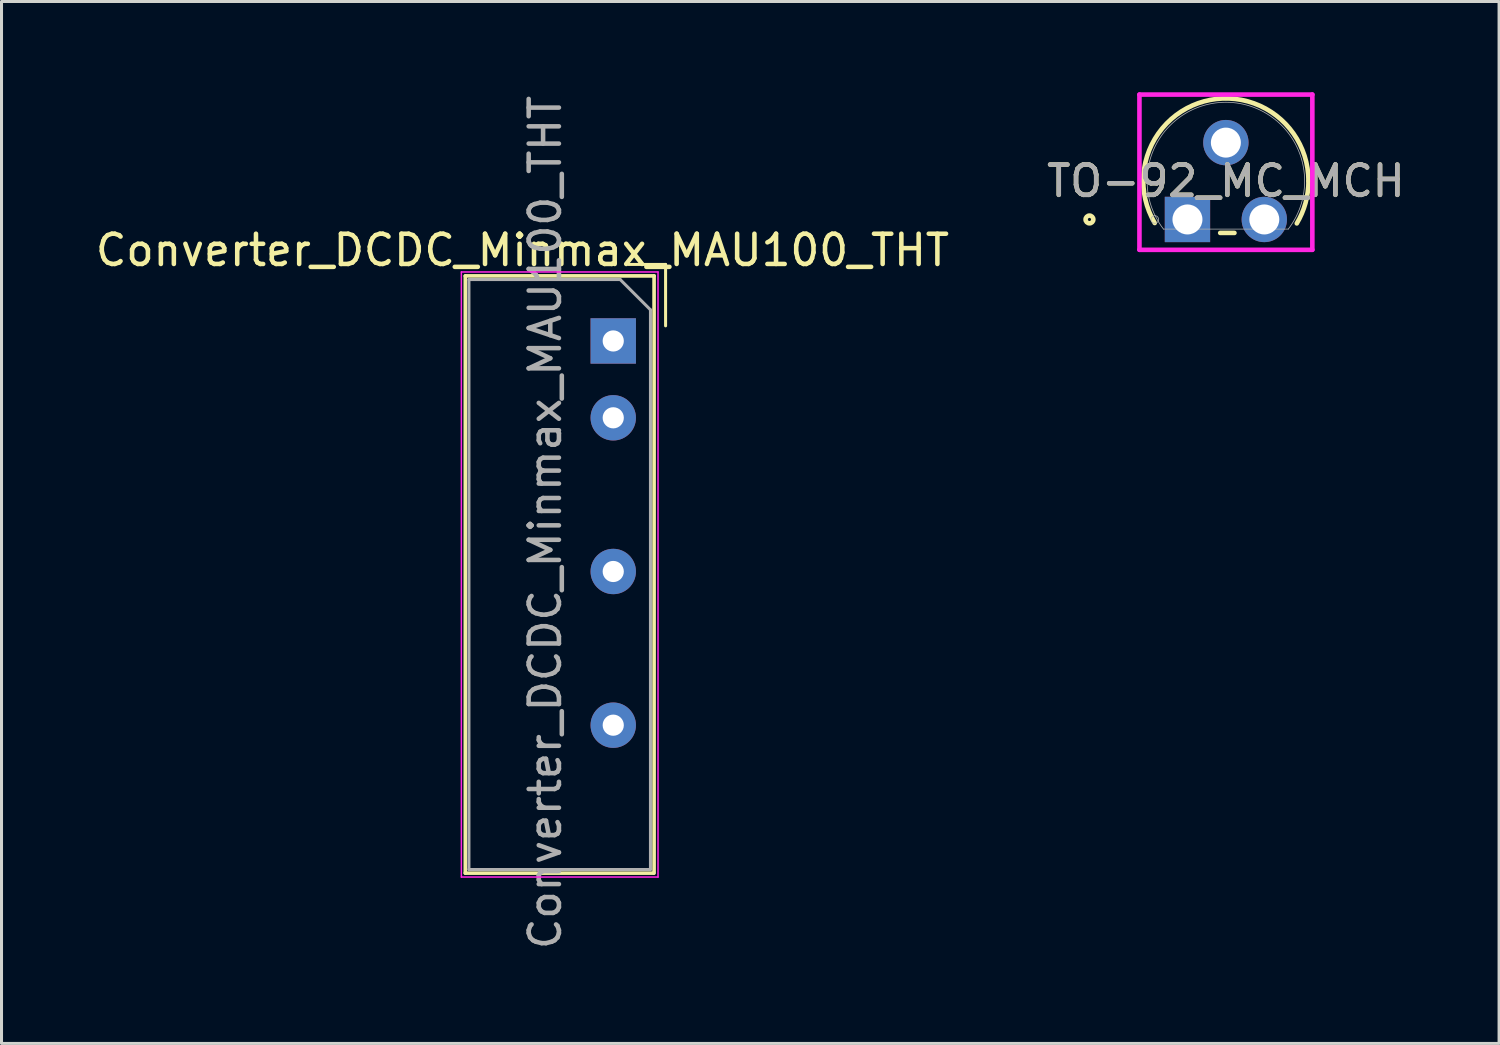
<source format=kicad_pcb>
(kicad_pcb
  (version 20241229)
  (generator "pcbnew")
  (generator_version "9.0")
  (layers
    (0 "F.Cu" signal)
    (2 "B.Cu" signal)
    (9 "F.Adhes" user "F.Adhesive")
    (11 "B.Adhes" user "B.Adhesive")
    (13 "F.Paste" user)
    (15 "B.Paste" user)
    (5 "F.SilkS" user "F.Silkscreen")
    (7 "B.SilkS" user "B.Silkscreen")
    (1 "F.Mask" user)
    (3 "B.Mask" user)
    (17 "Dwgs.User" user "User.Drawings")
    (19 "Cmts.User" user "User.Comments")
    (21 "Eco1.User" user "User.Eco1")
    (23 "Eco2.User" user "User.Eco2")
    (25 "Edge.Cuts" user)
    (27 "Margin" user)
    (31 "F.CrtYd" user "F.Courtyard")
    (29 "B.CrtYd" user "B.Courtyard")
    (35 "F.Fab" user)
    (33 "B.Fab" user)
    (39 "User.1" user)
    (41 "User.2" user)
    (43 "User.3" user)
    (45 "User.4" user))
  (footprint "Converter_DCDC_Minmax_MAU100_THT"
    (layer "F.Cu")
    (at 17.22 8.22)
    (property "Reference" "Converter_DCDC_Minmax_MAU100_THT" (at -3 -3 0) (layer "F.SilkS") (effects (font (size 1 1) (thickness 0.15))))
    (attr through_hole)
    (fp_line (start -4.89 -2.15) (end -4.89 17.59) (stroke (width 0.12) (type solid)) (layer "F.SilkS"))
    (fp_line (start -4.89 17.59) (end 1.33 17.59) (stroke (width 0.12) (type solid)) (layer "F.SilkS"))
    (fp_line (start 1.35 -2.15) (end -4.89 -2.15) (stroke (width 0.12) (type solid)) (layer "F.SilkS"))
    (fp_line (start 1.35 17.59) (end 1.35 -2.15) (stroke (width 0.12) (type solid)) (layer "F.SilkS"))
    (fp_line (start 1.73 -2.53) (end 0.5 -2.53) (stroke (width 0.1) (type solid)) (layer "F.SilkS"))
    (fp_line (start 1.73 -2.53) (end 1.73 -0.5) (stroke (width 0.1) (type solid)) (layer "F.SilkS"))
    (fp_line (start -5.02 -2.28) (end -5.02 17.72) (stroke (width 0.05) (type solid)) (layer "F.CrtYd"))
    (fp_line (start -5.02 17.72) (end 1.48 17.72) (stroke (width 0.05) (type solid)) (layer "F.CrtYd"))
    (fp_line (start 1.48 -2.28) (end -5.02 -2.28) (stroke (width 0.05) (type solid)) (layer "F.CrtYd"))
    (fp_line (start 1.48 17.72) (end 1.48 -2.28) (stroke (width 0.05) (type solid)) (layer "F.CrtYd"))
    (fp_line (start -4.77 -2.03) (end -4.77 17.47) (stroke (width 0.1) (type solid)) (layer "F.Fab"))
    (fp_line (start -4.77 17.47) (end 1.23 17.47) (stroke (width 0.1) (type solid)) (layer "F.Fab"))
    (fp_line (start 0.23 -2.03) (end -4.77 -2.03) (stroke (width 0.1) (type solid)) (layer "F.Fab"))
    (fp_line (start 0.23 -2.03) (end 1.23 -1.03) (stroke (width 0.1) (type solid)) (layer "F.Fab"))
    (fp_line (start 1.23 17.47) (end 1.23 -1.03) (stroke (width 0.1) (type solid)) (layer "F.Fab"))
    (fp_text user "${REFERENCE}" (at -2.25 6 90) (layer "F.Fab") (effects (font (size 1 1) (thickness 0.15))))
    (pad "1" thru_hole rect (at 0 0) (size 1.5 1.5) (drill 0.7) (layers "*.Cu" "*.Mask"))
    (pad "2" thru_hole oval (at 0 2.54) (size 1.5 1.5) (drill 0.7) (layers "*.Cu" "*.Mask"))
    (pad "4" thru_hole oval (at 0 7.62) (size 1.5 1.5) (drill 0.7) (layers "*.Cu" "*.Mask"))
    (pad "6" thru_hole oval (at 0 12.7) (size 1.5 1.5) (drill 0.7) (layers "*.Cu" "*.Mask")))
  (footprint "TO-92_MC_MCH"
    (layer "F.Cu")
    (at 36.2 4.204)
    (property "Reference" "TO-92_MC_MCH" (at 1.27 -1.27 0) (unlocked yes) (layer "F.SilkS") (effects (font (size 1 1) (thickness 0.15))))
    (attr through_hole)
    (fp_line (start 1.082 0.445) (end 1.553 0.445) (stroke (width 0.152) (type solid)) (layer "F.SilkS"))
    (fp_arc (start -1.08204 0.116917) (mid 0.551186 -3.904186) (end 4.0005 -1.27) (stroke (width 0.1524) (type solid)) (layer "F.SilkS"))
    (fp_arc (start 4.0005 -1.269999) (mid 3.90215 -0.543764) (end 3.614184 0.130155) (stroke (width 0.1524) (type solid)) (layer "F.SilkS"))
    (fp_circle (center -3.239 0) (end -3.111 0) (stroke (width 0.152) (type solid)) (fill no) (layer "F.SilkS"))
    (fp_line (start -1.587 -4.128) (end 4.128 -4.128) (stroke (width 0.152) (type solid)) (layer "F.CrtYd"))
    (fp_line (start -1.587 1.003) (end -1.587 -4.128) (stroke (width 0.152) (type solid)) (layer "F.CrtYd"))
    (fp_line (start 4.128 -4.128) (end 4.128 1.003) (stroke (width 0.152) (type solid)) (layer "F.CrtYd"))
    (fp_line (start 4.128 1.003) (end -1.587 1.003) (stroke (width 0.152) (type solid)) (layer "F.CrtYd"))
    (fp_line (start -0.794 0.318) (end 3.334 0.318) (stroke (width 0.025) (type solid)) (layer "F.Fab"))
    (fp_line (start -0.254 0) (end 0.254 0) (stroke (width 0.152) (type solid)) (layer "F.Fab"))
    (fp_line (start 0 0.254) (end 0 -0.254) (stroke (width 0.152) (type solid)) (layer "F.Fab"))
    (fp_arc (start -0.793507 0.317499) (mid 1.270001 -3.8735) (end 3.333506 0.3175) (stroke (width 0.0254) (type solid)) (layer "F.Fab"))
    (fp_circle (center -1.079 0) (end -0.953 0) (stroke (width 0.025) (type solid)) (fill no) (layer "F.Fab"))
    (fp_text user "${REFERENCE}" (at 1.27 -1.27 0) (unlocked yes) (layer "F.Fab") (effects (font (size 1 1) (thickness 0.15))))
    (pad "1" thru_hole rect (at 0 0) (size 1.499 1.499) (drill 0.991) (layers "*.Cu" "*.Mask"))
    (pad "2" thru_hole circle (at 1.27 -2.54) (size 1.499 1.499) (drill 0.991) (layers "*.Cu" "*.Mask"))
    (pad "3" thru_hole circle (at 2.54 0) (size 1.499 1.499) (drill 0.991) (layers "*.Cu" "*.Mask")))
  (gr_rect
    (start -3 -3)
    (end 46.5 31.44)
    (stroke (width 0.1) (type default))
    (fill no)
    (layer "Edge.Cuts")))
</source>
